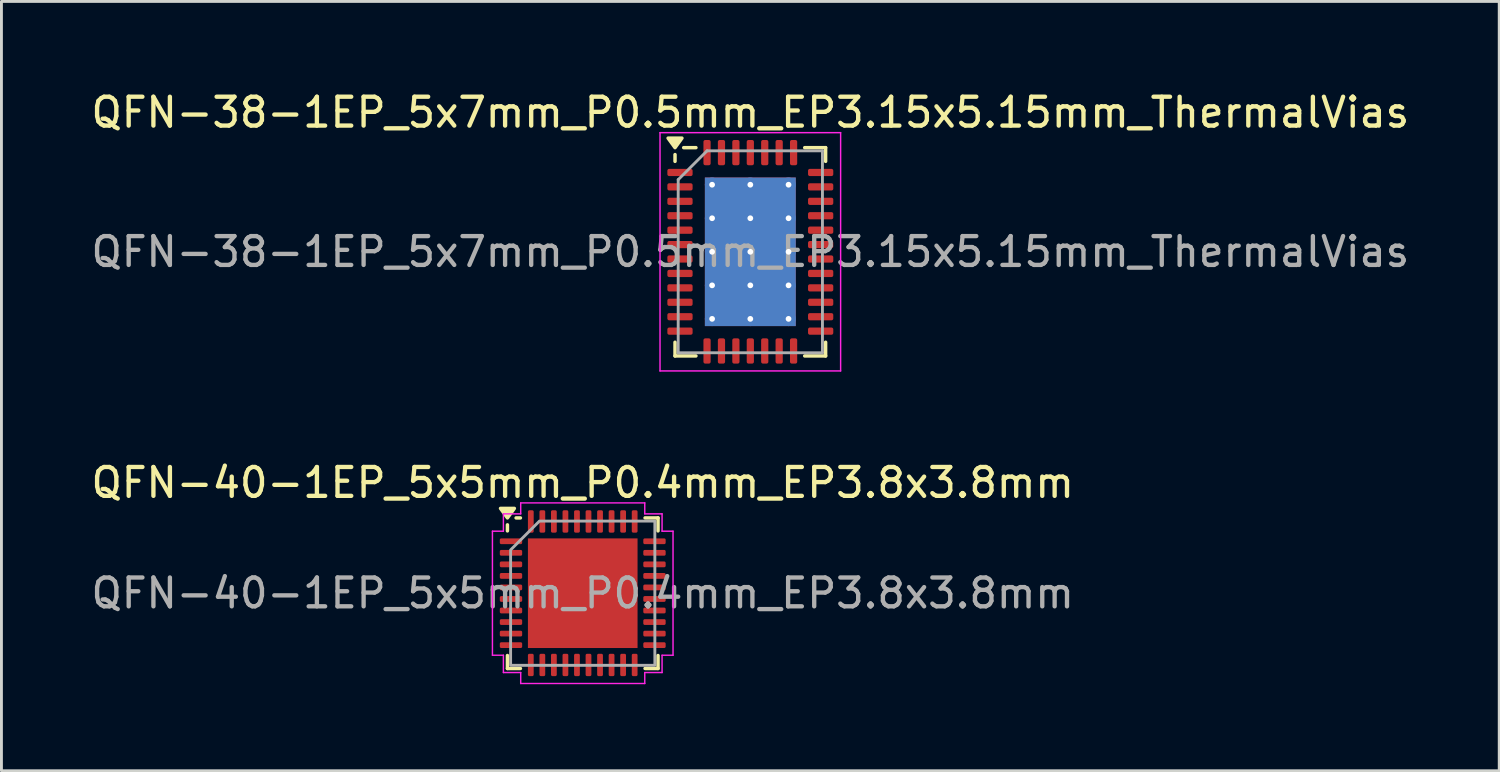
<source format=kicad_pcb>
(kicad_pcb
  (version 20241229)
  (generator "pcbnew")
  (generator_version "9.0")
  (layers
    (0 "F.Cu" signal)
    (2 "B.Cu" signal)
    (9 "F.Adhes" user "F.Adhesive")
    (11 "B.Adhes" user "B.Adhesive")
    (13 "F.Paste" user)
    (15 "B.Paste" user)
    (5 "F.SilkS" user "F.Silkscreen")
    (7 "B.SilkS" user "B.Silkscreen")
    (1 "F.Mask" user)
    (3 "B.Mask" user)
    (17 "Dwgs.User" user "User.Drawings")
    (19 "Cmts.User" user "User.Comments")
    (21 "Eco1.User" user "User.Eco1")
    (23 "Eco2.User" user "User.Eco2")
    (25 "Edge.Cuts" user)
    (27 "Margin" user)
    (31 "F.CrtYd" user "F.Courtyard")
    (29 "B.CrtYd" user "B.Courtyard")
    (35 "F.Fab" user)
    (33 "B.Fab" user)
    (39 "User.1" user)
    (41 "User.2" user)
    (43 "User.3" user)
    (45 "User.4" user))
  (footprint "QFN-40-1EP_5x5mm_P0.4mm_EP3.8x3.8mm"
    (layer "F.Cu")
    (at 17.149 17.512)
    (property "Reference" "QFN-40-1EP_5x5mm_P0.4mm_EP3.8x3.8mm" (at 0 -3.83 0) (layer "F.SilkS") (effects (font (size 1 1) (thickness 0.15))))
    (attr smd)
    (fp_line (start -2.61 -2.16) (end -2.61 -2.37) (stroke (width 0.12) (type solid)) (layer "F.SilkS"))
    (fp_line (start -2.61 2.61) (end -2.61 2.16) (stroke (width 0.12) (type solid)) (layer "F.SilkS"))
    (fp_line (start -2.16 -2.61) (end -2.31 -2.61) (stroke (width 0.12) (type solid)) (layer "F.SilkS"))
    (fp_line (start -2.16 2.61) (end -2.61 2.61) (stroke (width 0.12) (type solid)) (layer "F.SilkS"))
    (fp_line (start 2.16 -2.61) (end 2.61 -2.61) (stroke (width 0.12) (type solid)) (layer "F.SilkS"))
    (fp_line (start 2.16 2.61) (end 2.61 2.61) (stroke (width 0.12) (type solid)) (layer "F.SilkS"))
    (fp_line (start 2.61 -2.61) (end 2.61 -2.16) (stroke (width 0.12) (type solid)) (layer "F.SilkS"))
    (fp_line (start 2.61 2.61) (end 2.61 2.16) (stroke (width 0.12) (type solid)) (layer "F.SilkS"))
    (fp_poly (pts (xy -2.61 -2.61) (xy -2.85 -2.94) (xy -2.37 -2.94)) (stroke (width 0.12) (type solid)) (fill yes) (layer "F.SilkS"))
    (fp_line (start -3.13 -2.15) (end -2.75 -2.15) (stroke (width 0.05) (type solid)) (layer "F.CrtYd"))
    (fp_line (start -3.13 2.15) (end -3.13 -2.15) (stroke (width 0.05) (type solid)) (layer "F.CrtYd"))
    (fp_line (start -2.75 -2.75) (end -2.15 -2.75) (stroke (width 0.05) (type solid)) (layer "F.CrtYd"))
    (fp_line (start -2.75 -2.15) (end -2.75 -2.75) (stroke (width 0.05) (type solid)) (layer "F.CrtYd"))
    (fp_line (start -2.75 2.15) (end -3.13 2.15) (stroke (width 0.05) (type solid)) (layer "F.CrtYd"))
    (fp_line (start -2.75 2.75) (end -2.75 2.15) (stroke (width 0.05) (type solid)) (layer "F.CrtYd"))
    (fp_line (start -2.15 -3.13) (end 2.15 -3.13) (stroke (width 0.05) (type solid)) (layer "F.CrtYd"))
    (fp_line (start -2.15 -2.75) (end -2.15 -3.13) (stroke (width 0.05) (type solid)) (layer "F.CrtYd"))
    (fp_line (start -2.15 2.75) (end -2.75 2.75) (stroke (width 0.05) (type solid)) (layer "F.CrtYd"))
    (fp_line (start -2.15 3.13) (end -2.15 2.75) (stroke (width 0.05) (type solid)) (layer "F.CrtYd"))
    (fp_line (start 2.15 -3.13) (end 2.15 -2.75) (stroke (width 0.05) (type solid)) (layer "F.CrtYd"))
    (fp_line (start 2.15 -2.75) (end 2.75 -2.75) (stroke (width 0.05) (type solid)) (layer "F.CrtYd"))
    (fp_line (start 2.15 2.75) (end 2.15 3.13) (stroke (width 0.05) (type solid)) (layer "F.CrtYd"))
    (fp_line (start 2.15 3.13) (end -2.15 3.13) (stroke (width 0.05) (type solid)) (layer "F.CrtYd"))
    (fp_line (start 2.75 -2.75) (end 2.75 -2.15) (stroke (width 0.05) (type solid)) (layer "F.CrtYd"))
    (fp_line (start 2.75 -2.15) (end 3.13 -2.15) (stroke (width 0.05) (type solid)) (layer "F.CrtYd"))
    (fp_line (start 2.75 2.15) (end 2.75 2.75) (stroke (width 0.05) (type solid)) (layer "F.CrtYd"))
    (fp_line (start 2.75 2.75) (end 2.15 2.75) (stroke (width 0.05) (type solid)) (layer "F.CrtYd"))
    (fp_line (start 3.13 -2.15) (end 3.13 2.15) (stroke (width 0.05) (type solid)) (layer "F.CrtYd"))
    (fp_line (start 3.13 2.15) (end 2.75 2.15) (stroke (width 0.05) (type solid)) (layer "F.CrtYd"))
    (fp_poly (pts (xy -2.5 -1.5) (xy -2.5 2.5) (xy 2.5 2.5) (xy 2.5 -2.5) (xy -1.5 -2.5)) (stroke (width 0.1) (type solid)) (fill no) (layer "F.Fab"))
    (fp_text user "${REFERENCE}" (at 0 0 0) (layer "F.Fab") (effects (font (size 1 1) (thickness 0.15))))
    (pad "" smd roundrect (at -1.27 -1.27) (size 1.02 1.02) (layers "F.Paste") (roundrect_rratio 0.245))
    (pad "" smd roundrect (at -1.27 0) (size 1.02 1.02) (layers "F.Paste") (roundrect_rratio 0.245))
    (pad "" smd roundrect (at -1.27 1.27) (size 1.02 1.02) (layers "F.Paste") (roundrect_rratio 0.245))
    (pad "" smd roundrect (at 0 -1.27) (size 1.02 1.02) (layers "F.Paste") (roundrect_rratio 0.245))
    (pad "" smd roundrect (at 0 0) (size 1.02 1.02) (layers "F.Paste") (roundrect_rratio 0.245))
    (pad "" smd roundrect (at 0 1.27) (size 1.02 1.02) (layers "F.Paste") (roundrect_rratio 0.245))
    (pad "" smd roundrect (at 1.27 -1.27) (size 1.02 1.02) (layers "F.Paste") (roundrect_rratio 0.245))
    (pad "" smd roundrect (at 1.27 0) (size 1.02 1.02) (layers "F.Paste") (roundrect_rratio 0.245))
    (pad "" smd roundrect (at 1.27 1.27) (size 1.02 1.02) (layers "F.Paste") (roundrect_rratio 0.245))
    (pad "1" smd roundrect (at -2.487 -1.8) (size 0.775 0.2) (layers "F.Cu" "F.Mask" "F.Paste") (roundrect_rratio 0.25))
    (pad "2" smd roundrect (at -2.487 -1.4) (size 0.775 0.2) (layers "F.Cu" "F.Mask" "F.Paste") (roundrect_rratio 0.25))
    (pad "3" smd roundrect (at -2.487 -1) (size 0.775 0.2) (layers "F.Cu" "F.Mask" "F.Paste") (roundrect_rratio 0.25))
    (pad "4" smd roundrect (at -2.487 -0.6) (size 0.775 0.2) (layers "F.Cu" "F.Mask" "F.Paste") (roundrect_rratio 0.25))
    (pad "5" smd roundrect (at -2.487 -0.2) (size 0.775 0.2) (layers "F.Cu" "F.Mask" "F.Paste") (roundrect_rratio 0.25))
    (pad "6" smd roundrect (at -2.487 0.2) (size 0.775 0.2) (layers "F.Cu" "F.Mask" "F.Paste") (roundrect_rratio 0.25))
    (pad "7" smd roundrect (at -2.487 0.6) (size 0.775 0.2) (layers "F.Cu" "F.Mask" "F.Paste") (roundrect_rratio 0.25))
    (pad "8" smd roundrect (at -2.487 1) (size 0.775 0.2) (layers "F.Cu" "F.Mask" "F.Paste") (roundrect_rratio 0.25))
    (pad "9" smd roundrect (at -2.487 1.4) (size 0.775 0.2) (layers "F.Cu" "F.Mask" "F.Paste") (roundrect_rratio 0.25))
    (pad "10" smd roundrect (at -2.487 1.8) (size 0.775 0.2) (layers "F.Cu" "F.Mask" "F.Paste") (roundrect_rratio 0.25))
    (pad "11" smd roundrect (at -1.8 2.487) (size 0.2 0.775) (layers "F.Cu" "F.Mask" "F.Paste") (roundrect_rratio 0.25))
    (pad "12" smd roundrect (at -1.4 2.487) (size 0.2 0.775) (layers "F.Cu" "F.Mask" "F.Paste") (roundrect_rratio 0.25))
    (pad "13" smd roundrect (at -1 2.487) (size 0.2 0.775) (layers "F.Cu" "F.Mask" "F.Paste") (roundrect_rratio 0.25))
    (pad "14" smd roundrect (at -0.6 2.487) (size 0.2 0.775) (layers "F.Cu" "F.Mask" "F.Paste") (roundrect_rratio 0.25))
    (pad "15" smd roundrect (at -0.2 2.487) (size 0.2 0.775) (layers "F.Cu" "F.Mask" "F.Paste") (roundrect_rratio 0.25))
    (pad "16" smd roundrect (at 0.2 2.487) (size 0.2 0.775) (layers "F.Cu" "F.Mask" "F.Paste") (roundrect_rratio 0.25))
    (pad "17" smd roundrect (at 0.6 2.487) (size 0.2 0.775) (layers "F.Cu" "F.Mask" "F.Paste") (roundrect_rratio 0.25))
    (pad "18" smd roundrect (at 1 2.487) (size 0.2 0.775) (layers "F.Cu" "F.Mask" "F.Paste") (roundrect_rratio 0.25))
    (pad "19" smd roundrect (at 1.4 2.487) (size 0.2 0.775) (layers "F.Cu" "F.Mask" "F.Paste") (roundrect_rratio 0.25))
    (pad "20" smd roundrect (at 1.8 2.487) (size 0.2 0.775) (layers "F.Cu" "F.Mask" "F.Paste") (roundrect_rratio 0.25))
    (pad "21" smd roundrect (at 2.487 1.8) (size 0.775 0.2) (layers "F.Cu" "F.Mask" "F.Paste") (roundrect_rratio 0.25))
    (pad "22" smd roundrect (at 2.487 1.4) (size 0.775 0.2) (layers "F.Cu" "F.Mask" "F.Paste") (roundrect_rratio 0.25))
    (pad "23" smd roundrect (at 2.487 1) (size 0.775 0.2) (layers "F.Cu" "F.Mask" "F.Paste") (roundrect_rratio 0.25))
    (pad "24" smd roundrect (at 2.487 0.6) (size 0.775 0.2) (layers "F.Cu" "F.Mask" "F.Paste") (roundrect_rratio 0.25))
    (pad "25" smd roundrect (at 2.487 0.2) (size 0.775 0.2) (layers "F.Cu" "F.Mask" "F.Paste") (roundrect_rratio 0.25))
    (pad "26" smd roundrect (at 2.487 -0.2) (size 0.775 0.2) (layers "F.Cu" "F.Mask" "F.Paste") (roundrect_rratio 0.25))
    (pad "27" smd roundrect (at 2.487 -0.6) (size 0.775 0.2) (layers "F.Cu" "F.Mask" "F.Paste") (roundrect_rratio 0.25))
    (pad "28" smd roundrect (at 2.487 -1) (size 0.775 0.2) (layers "F.Cu" "F.Mask" "F.Paste") (roundrect_rratio 0.25))
    (pad "29" smd roundrect (at 2.487 -1.4) (size 0.775 0.2) (layers "F.Cu" "F.Mask" "F.Paste") (roundrect_rratio 0.25))
    (pad "30" smd roundrect (at 2.487 -1.8) (size 0.775 0.2) (layers "F.Cu" "F.Mask" "F.Paste") (roundrect_rratio 0.25))
    (pad "31" smd roundrect (at 1.8 -2.487) (size 0.2 0.775) (layers "F.Cu" "F.Mask" "F.Paste") (roundrect_rratio 0.25))
    (pad "32" smd roundrect (at 1.4 -2.487) (size 0.2 0.775) (layers "F.Cu" "F.Mask" "F.Paste") (roundrect_rratio 0.25))
    (pad "33" smd roundrect (at 1 -2.487) (size 0.2 0.775) (layers "F.Cu" "F.Mask" "F.Paste") (roundrect_rratio 0.25))
    (pad "34" smd roundrect (at 0.6 -2.487) (size 0.2 0.775) (layers "F.Cu" "F.Mask" "F.Paste") (roundrect_rratio 0.25))
    (pad "35" smd roundrect (at 0.2 -2.487) (size 0.2 0.775) (layers "F.Cu" "F.Mask" "F.Paste") (roundrect_rratio 0.25))
    (pad "36" smd roundrect (at -0.2 -2.487) (size 0.2 0.775) (layers "F.Cu" "F.Mask" "F.Paste") (roundrect_rratio 0.25))
    (pad "37" smd roundrect (at -0.6 -2.487) (size 0.2 0.775) (layers "F.Cu" "F.Mask" "F.Paste") (roundrect_rratio 0.25))
    (pad "38" smd roundrect (at -1 -2.487) (size 0.2 0.775) (layers "F.Cu" "F.Mask" "F.Paste") (roundrect_rratio 0.25))
    (pad "39" smd roundrect (at -1.4 -2.487) (size 0.2 0.775) (layers "F.Cu" "F.Mask" "F.Paste") (roundrect_rratio 0.25))
    (pad "40" smd roundrect (at -1.8 -2.487) (size 0.2 0.775) (layers "F.Cu" "F.Mask" "F.Paste") (roundrect_rratio 0.25))
    (pad "41" smd rect (at 0 0) (size 3.8 3.8) (property pad_prop_heatsink) (layers "F.Cu" "F.Mask")))
  (footprint "QFN-38-1EP_5x7mm_P0.5mm_EP3.15x5.15mm_ThermalVias"
    (layer "F.Cu")
    (at 22.958 5.678)
    (property "Reference" "QFN-38-1EP_5x7mm_P0.5mm_EP3.15x5.15mm_ThermalVias" (at 0 -4.83 0) (layer "F.SilkS") (effects (font (size 1 1) (thickness 0.15))))
    (attr smd)
    (fp_line (start -2.61 -3.135) (end -2.61 -3.37) (stroke (width 0.12) (type solid)) (layer "F.SilkS"))
    (fp_line (start -2.61 3.61) (end -2.61 3.135) (stroke (width 0.12) (type solid)) (layer "F.SilkS"))
    (fp_line (start -1.885 -3.61) (end -2.31 -3.61) (stroke (width 0.12) (type solid)) (layer "F.SilkS"))
    (fp_line (start -1.885 3.61) (end -2.61 3.61) (stroke (width 0.12) (type solid)) (layer "F.SilkS"))
    (fp_line (start 1.885 -3.61) (end 2.61 -3.61) (stroke (width 0.12) (type solid)) (layer "F.SilkS"))
    (fp_line (start 1.885 3.61) (end 2.61 3.61) (stroke (width 0.12) (type solid)) (layer "F.SilkS"))
    (fp_line (start 2.61 -3.61) (end 2.61 -3.135) (stroke (width 0.12) (type solid)) (layer "F.SilkS"))
    (fp_line (start 2.61 3.61) (end 2.61 3.135) (stroke (width 0.12) (type solid)) (layer "F.SilkS"))
    (fp_poly (pts (xy -2.61 -3.61) (xy -2.85 -3.94) (xy -2.37 -3.94) (xy -2.61 -3.61)) (stroke (width 0.12) (type solid)) (fill yes) (layer "F.SilkS"))
    (fp_line (start -3.13 -4.13) (end -3.13 4.13) (stroke (width 0.05) (type solid)) (layer "F.CrtYd"))
    (fp_line (start -3.13 4.13) (end 3.13 4.13) (stroke (width 0.05) (type solid)) (layer "F.CrtYd"))
    (fp_line (start 3.13 -4.13) (end -3.13 -4.13) (stroke (width 0.05) (type solid)) (layer "F.CrtYd"))
    (fp_line (start 3.13 4.13) (end 3.13 -4.13) (stroke (width 0.05) (type solid)) (layer "F.CrtYd"))
    (fp_line (start -2.5 -2.5) (end -1.5 -3.5) (stroke (width 0.1) (type solid)) (layer "F.Fab"))
    (fp_line (start -2.5 3.5) (end -2.5 -2.5) (stroke (width 0.1) (type solid)) (layer "F.Fab"))
    (fp_line (start -1.5 -3.5) (end 2.5 -3.5) (stroke (width 0.1) (type solid)) (layer "F.Fab"))
    (fp_line (start 2.5 -3.5) (end 2.5 3.5) (stroke (width 0.1) (type solid)) (layer "F.Fab"))
    (fp_line (start 2.5 3.5) (end -2.5 3.5) (stroke (width 0.1) (type solid)) (layer "F.Fab"))
    (fp_text user "${REFERENCE}" (at 0 0 0) (layer "F.Fab") (effects (font (size 1 1) (thickness 0.15))))
    (pad "" smd roundrect (at -0.79 -1.935) (size 1.36 1.12) (layers "F.Paste") (roundrect_rratio 0.223))
    (pad "" smd roundrect (at -0.79 -0.645) (size 1.36 1.12) (layers "F.Paste") (roundrect_rratio 0.223))
    (pad "" smd roundrect (at -0.79 0.645) (size 1.36 1.12) (layers "F.Paste") (roundrect_rratio 0.223))
    (pad "" smd roundrect (at -0.79 1.935) (size 1.36 1.12) (layers "F.Paste") (roundrect_rratio 0.223))
    (pad "" smd roundrect (at 0.79 -1.935) (size 1.36 1.12) (layers "F.Paste") (roundrect_rratio 0.223))
    (pad "" smd roundrect (at 0.79 -0.645) (size 1.36 1.12) (layers "F.Paste") (roundrect_rratio 0.223))
    (pad "" smd roundrect (at 0.79 0.645) (size 1.36 1.12) (layers "F.Paste") (roundrect_rratio 0.223))
    (pad "" smd roundrect (at 0.79 1.935) (size 1.36 1.12) (layers "F.Paste") (roundrect_rratio 0.223))
    (pad "1" smd roundrect (at -2.438 -2.75) (size 0.875 0.25) (layers "F.Cu" "F.Mask" "F.Paste") (roundrect_rratio 0.25))
    (pad "2" smd roundrect (at -2.438 -2.25) (size 0.875 0.25) (layers "F.Cu" "F.Mask" "F.Paste") (roundrect_rratio 0.25))
    (pad "3" smd roundrect (at -2.438 -1.75) (size 0.875 0.25) (layers "F.Cu" "F.Mask" "F.Paste") (roundrect_rratio 0.25))
    (pad "4" smd roundrect (at -2.438 -1.25) (size 0.875 0.25) (layers "F.Cu" "F.Mask" "F.Paste") (roundrect_rratio 0.25))
    (pad "5" smd roundrect (at -2.438 -0.75) (size 0.875 0.25) (layers "F.Cu" "F.Mask" "F.Paste") (roundrect_rratio 0.25))
    (pad "6" smd roundrect (at -2.438 -0.25) (size 0.875 0.25) (layers "F.Cu" "F.Mask" "F.Paste") (roundrect_rratio 0.25))
    (pad "7" smd roundrect (at -2.438 0.25) (size 0.875 0.25) (layers "F.Cu" "F.Mask" "F.Paste") (roundrect_rratio 0.25))
    (pad "8" smd roundrect (at -2.438 0.75) (size 0.875 0.25) (layers "F.Cu" "F.Mask" "F.Paste") (roundrect_rratio 0.25))
    (pad "9" smd roundrect (at -2.438 1.25) (size 0.875 0.25) (layers "F.Cu" "F.Mask" "F.Paste") (roundrect_rratio 0.25))
    (pad "10" smd roundrect (at -2.438 1.75) (size 0.875 0.25) (layers "F.Cu" "F.Mask" "F.Paste") (roundrect_rratio 0.25))
    (pad "11" smd roundrect (at -2.438 2.25) (size 0.875 0.25) (layers "F.Cu" "F.Mask" "F.Paste") (roundrect_rratio 0.25))
    (pad "12" smd roundrect (at -2.438 2.75) (size 0.875 0.25) (layers "F.Cu" "F.Mask" "F.Paste") (roundrect_rratio 0.25))
    (pad "13" smd roundrect (at -1.5 3.438) (size 0.25 0.875) (layers "F.Cu" "F.Mask" "F.Paste") (roundrect_rratio 0.25))
    (pad "14" smd roundrect (at -1 3.438) (size 0.25 0.875) (layers "F.Cu" "F.Mask" "F.Paste") (roundrect_rratio 0.25))
    (pad "15" smd roundrect (at -0.5 3.438) (size 0.25 0.875) (layers "F.Cu" "F.Mask" "F.Paste") (roundrect_rratio 0.25))
    (pad "16" smd roundrect (at 0 3.438) (size 0.25 0.875) (layers "F.Cu" "F.Mask" "F.Paste") (roundrect_rratio 0.25))
    (pad "17" smd roundrect (at 0.5 3.438) (size 0.25 0.875) (layers "F.Cu" "F.Mask" "F.Paste") (roundrect_rratio 0.25))
    (pad "18" smd roundrect (at 1 3.438) (size 0.25 0.875) (layers "F.Cu" "F.Mask" "F.Paste") (roundrect_rratio 0.25))
    (pad "19" smd roundrect (at 1.5 3.438) (size 0.25 0.875) (layers "F.Cu" "F.Mask" "F.Paste") (roundrect_rratio 0.25))
    (pad "20" smd roundrect (at 2.438 2.75) (size 0.875 0.25) (layers "F.Cu" "F.Mask" "F.Paste") (roundrect_rratio 0.25))
    (pad "21" smd roundrect (at 2.438 2.25) (size 0.875 0.25) (layers "F.Cu" "F.Mask" "F.Paste") (roundrect_rratio 0.25))
    (pad "22" smd roundrect (at 2.438 1.75) (size 0.875 0.25) (layers "F.Cu" "F.Mask" "F.Paste") (roundrect_rratio 0.25))
    (pad "23" smd roundrect (at 2.438 1.25) (size 0.875 0.25) (layers "F.Cu" "F.Mask" "F.Paste") (roundrect_rratio 0.25))
    (pad "24" smd roundrect (at 2.438 0.75) (size 0.875 0.25) (layers "F.Cu" "F.Mask" "F.Paste") (roundrect_rratio 0.25))
    (pad "25" smd roundrect (at 2.438 0.25) (size 0.875 0.25) (layers "F.Cu" "F.Mask" "F.Paste") (roundrect_rratio 0.25))
    (pad "26" smd roundrect (at 2.438 -0.25) (size 0.875 0.25) (layers "F.Cu" "F.Mask" "F.Paste") (roundrect_rratio 0.25))
    (pad "27" smd roundrect (at 2.438 -0.75) (size 0.875 0.25) (layers "F.Cu" "F.Mask" "F.Paste") (roundrect_rratio 0.25))
    (pad "28" smd roundrect (at 2.438 -1.25) (size 0.875 0.25) (layers "F.Cu" "F.Mask" "F.Paste") (roundrect_rratio 0.25))
    (pad "29" smd roundrect (at 2.438 -1.75) (size 0.875 0.25) (layers "F.Cu" "F.Mask" "F.Paste") (roundrect_rratio 0.25))
    (pad "30" smd roundrect (at 2.438 -2.25) (size 0.875 0.25) (layers "F.Cu" "F.Mask" "F.Paste") (roundrect_rratio 0.25))
    (pad "31" smd roundrect (at 2.438 -2.75) (size 0.875 0.25) (layers "F.Cu" "F.Mask" "F.Paste") (roundrect_rratio 0.25))
    (pad "32" smd roundrect (at 1.5 -3.438) (size 0.25 0.875) (layers "F.Cu" "F.Mask" "F.Paste") (roundrect_rratio 0.25))
    (pad "33" smd roundrect (at 1 -3.438) (size 0.25 0.875) (layers "F.Cu" "F.Mask" "F.Paste") (roundrect_rratio 0.25))
    (pad "34" smd roundrect (at 0.5 -3.438) (size 0.25 0.875) (layers "F.Cu" "F.Mask" "F.Paste") (roundrect_rratio 0.25))
    (pad "35" smd roundrect (at 0 -3.438) (size 0.25 0.875) (layers "F.Cu" "F.Mask" "F.Paste") (roundrect_rratio 0.25))
    (pad "36" smd roundrect (at -0.5 -3.438) (size 0.25 0.875) (layers "F.Cu" "F.Mask" "F.Paste") (roundrect_rratio 0.25))
    (pad "37" smd roundrect (at -1 -3.438) (size 0.25 0.875) (layers "F.Cu" "F.Mask" "F.Paste") (roundrect_rratio 0.25))
    (pad "38" smd roundrect (at -1.5 -3.438) (size 0.25 0.875) (layers "F.Cu" "F.Mask" "F.Paste") (roundrect_rratio 0.25))
    (pad "39" thru_hole circle (at -1.325 -2.325) (size 0.5 0.5) (drill 0.2) (property pad_prop_heatsink) (layers "*.Cu"))
    (pad "39" thru_hole circle (at -1.325 -1.163) (size 0.5 0.5) (drill 0.2) (property pad_prop_heatsink) (layers "*.Cu"))
    (pad "39" thru_hole circle (at -1.325 0) (size 0.5 0.5) (drill 0.2) (property pad_prop_heatsink) (layers "*.Cu"))
    (pad "39" thru_hole circle (at -1.325 1.163) (size 0.5 0.5) (drill 0.2) (property pad_prop_heatsink) (layers "*.Cu"))
    (pad "39" thru_hole circle (at -1.325 2.325) (size 0.5 0.5) (drill 0.2) (property pad_prop_heatsink) (layers "*.Cu"))
    (pad "39" thru_hole circle (at 0 -2.325) (size 0.5 0.5) (drill 0.2) (property pad_prop_heatsink) (layers "*.Cu"))
    (pad "39" thru_hole circle (at 0 -1.163) (size 0.5 0.5) (drill 0.2) (property pad_prop_heatsink) (layers "*.Cu"))
    (pad "39" thru_hole circle (at 0 0) (size 0.5 0.5) (drill 0.2) (property pad_prop_heatsink) (layers "*.Cu"))
    (pad "39" smd rect (at 0 0) (size 3.15 5.15) (property pad_prop_heatsink) (layers "F.Cu" "F.Mask"))
    (pad "39" smd rect (at 0 0) (size 3.15 5.15) (property pad_prop_heatsink) (layers "B.Cu"))
    (pad "39" thru_hole circle (at 0 1.163) (size 0.5 0.5) (drill 0.2) (property pad_prop_heatsink) (layers "*.Cu"))
    (pad "39" thru_hole circle (at 0 2.325) (size 0.5 0.5) (drill 0.2) (property pad_prop_heatsink) (layers "*.Cu"))
    (pad "39" thru_hole circle (at 1.325 -2.325) (size 0.5 0.5) (drill 0.2) (property pad_prop_heatsink) (layers "*.Cu"))
    (pad "39" thru_hole circle (at 1.325 -1.163) (size 0.5 0.5) (drill 0.2) (property pad_prop_heatsink) (layers "*.Cu"))
    (pad "39" thru_hole circle (at 1.325 0) (size 0.5 0.5) (drill 0.2) (property pad_prop_heatsink) (layers "*.Cu"))
    (pad "39" thru_hole circle (at 1.325 1.163) (size 0.5 0.5) (drill 0.2) (property pad_prop_heatsink) (layers "*.Cu"))
    (pad "39" thru_hole circle (at 1.325 2.325) (size 0.5 0.5) (drill 0.2) (property pad_prop_heatsink) (layers "*.Cu")))
  (gr_rect
    (start -3 -3)
    (end 48.917 23.666)
    (stroke (width 0.1) (type default))
    (fill no)
    (layer "Edge.Cuts")))
</source>
